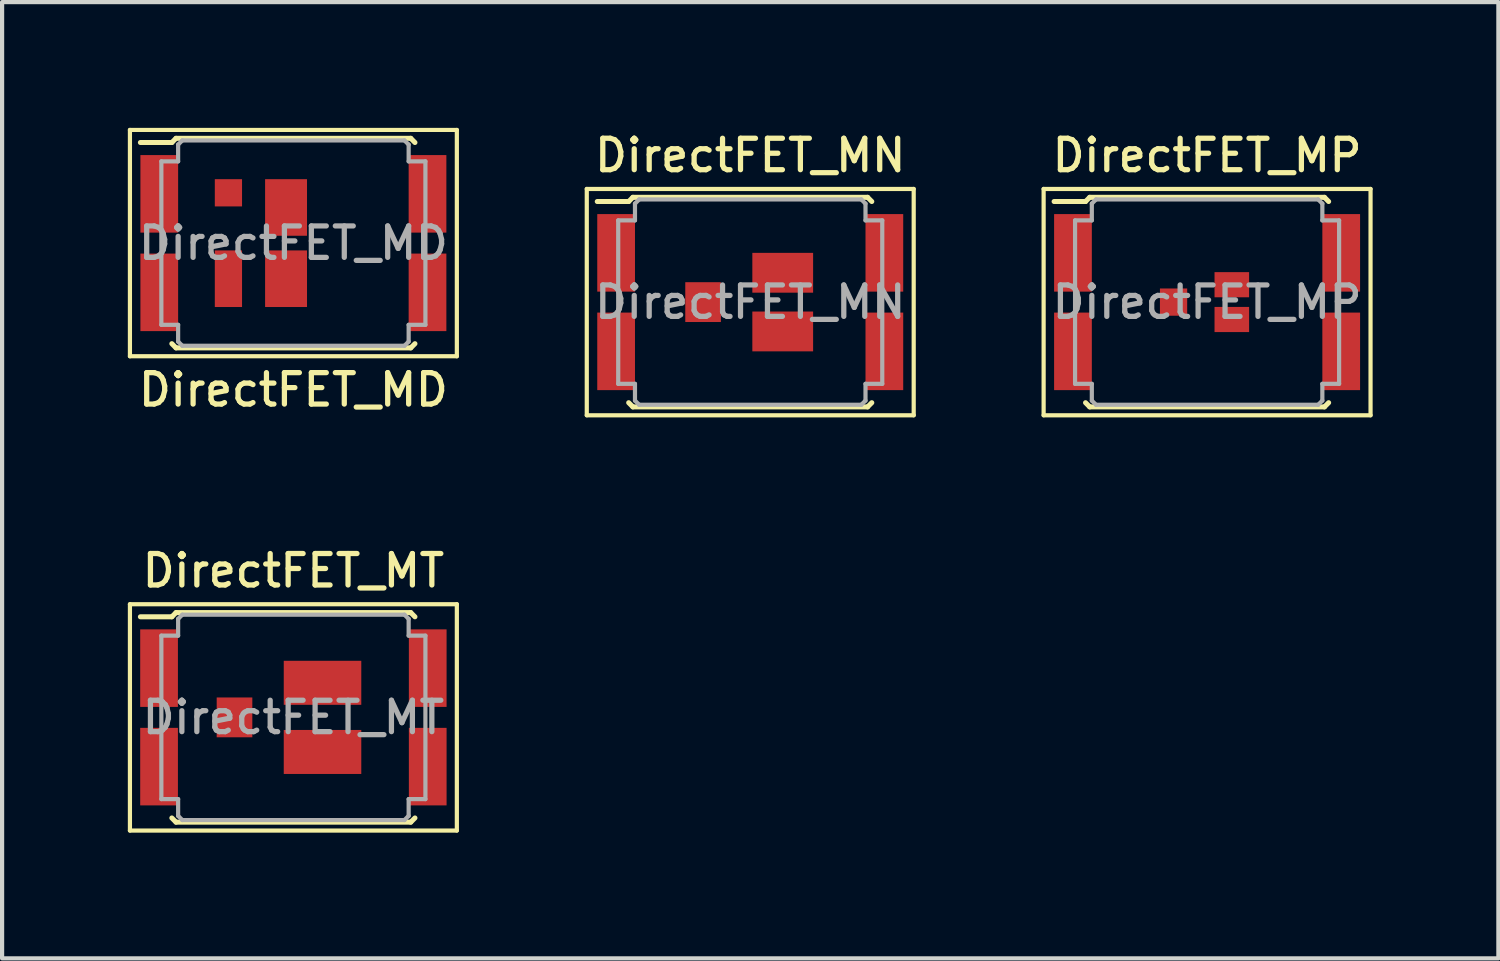
<source format=kicad_pcb>
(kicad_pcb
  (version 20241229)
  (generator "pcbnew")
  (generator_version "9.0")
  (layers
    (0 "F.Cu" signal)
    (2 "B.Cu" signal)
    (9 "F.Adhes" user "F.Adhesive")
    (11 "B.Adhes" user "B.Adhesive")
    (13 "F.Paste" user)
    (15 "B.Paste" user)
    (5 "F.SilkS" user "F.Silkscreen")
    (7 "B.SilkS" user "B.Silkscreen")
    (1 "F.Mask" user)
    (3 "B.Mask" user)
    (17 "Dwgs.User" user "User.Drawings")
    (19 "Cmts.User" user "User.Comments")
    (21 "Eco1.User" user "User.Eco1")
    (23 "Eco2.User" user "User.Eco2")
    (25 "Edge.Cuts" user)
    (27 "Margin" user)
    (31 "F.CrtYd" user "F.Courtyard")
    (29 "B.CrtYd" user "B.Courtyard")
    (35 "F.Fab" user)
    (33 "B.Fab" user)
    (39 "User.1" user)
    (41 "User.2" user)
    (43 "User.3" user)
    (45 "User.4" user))
  (footprint "DirectFET_MN"
    (layer "F.Cu")
    (at 14.85 4.158)
    (property "Reference" "DirectFET_MN" (at 0 -3.5 0) (layer "F.SilkS") (effects (font (size 0.75 0.75) (thickness 0.125))))
    (attr smd)
    (fp_line (start -3.9 -2.7) (end -3.9 2.7) (stroke (width 0.1) (type solid)) (layer "F.SilkS"))
    (fp_line (start -3.9 2.7) (end 3.9 2.7) (stroke (width 0.1) (type solid)) (layer "F.SilkS"))
    (fp_line (start -3.65 -2.4) (end -2.9 -2.4) (stroke (width 0.12) (type solid)) (layer "F.SilkS"))
    (fp_line (start -2.9 -2.4) (end -2.8 -2.5) (stroke (width 0.12) (type solid)) (layer "F.SilkS"))
    (fp_line (start -2.8 -2.5) (end 2.8 -2.5) (stroke (width 0.12) (type solid)) (layer "F.SilkS"))
    (fp_line (start -2.8 2.5) (end -2.9 2.4) (stroke (width 0.12) (type solid)) (layer "F.SilkS"))
    (fp_line (start 2.8 -2.5) (end 2.9 -2.4) (stroke (width 0.12) (type solid)) (layer "F.SilkS"))
    (fp_line (start 2.8 2.5) (end -2.8 2.5) (stroke (width 0.12) (type solid)) (layer "F.SilkS"))
    (fp_line (start 2.9 2.4) (end 2.8 2.5) (stroke (width 0.12) (type solid)) (layer "F.SilkS"))
    (fp_line (start 3.9 -2.7) (end -3.9 -2.7) (stroke (width 0.1) (type solid)) (layer "F.SilkS"))
    (fp_line (start 3.9 2.7) (end 3.9 -2.7) (stroke (width 0.1) (type solid)) (layer "F.SilkS"))
    (fp_line (start -3.15 -1.95) (end -2.75 -1.95) (stroke (width 0.1) (type solid)) (layer "F.Fab"))
    (fp_line (start -3.15 1.95) (end -3.15 -1.95) (stroke (width 0.1) (type solid)) (layer "F.Fab"))
    (fp_line (start -3.15 1.95) (end -2.75 1.95) (stroke (width 0.1) (type solid)) (layer "F.Fab"))
    (fp_line (start -2.75 -2.35) (end -2.65 -2.45) (stroke (width 0.1) (type solid)) (layer "F.Fab"))
    (fp_line (start -2.75 -1.95) (end -2.75 -2.35) (stroke (width 0.1) (type solid)) (layer "F.Fab"))
    (fp_line (start -2.75 1.95) (end -2.75 2.35) (stroke (width 0.1) (type solid)) (layer "F.Fab"))
    (fp_line (start -2.75 2.35) (end -2.65 2.45) (stroke (width 0.1) (type solid)) (layer "F.Fab"))
    (fp_line (start -2.65 2.45) (end 2.65 2.45) (stroke (width 0.1) (type solid)) (layer "F.Fab"))
    (fp_line (start 2.65 -2.45) (end -2.65 -2.45) (stroke (width 0.1) (type solid)) (layer "F.Fab"))
    (fp_line (start 2.65 -2.45) (end 2.75 -2.35) (stroke (width 0.1) (type solid)) (layer "F.Fab"))
    (fp_line (start 2.75 -2.35) (end 2.75 -1.95) (stroke (width 0.1) (type solid)) (layer "F.Fab"))
    (fp_line (start 2.75 -1.95) (end 3.15 -1.95) (stroke (width 0.1) (type solid)) (layer "F.Fab"))
    (fp_line (start 2.75 1.95) (end 2.75 2.35) (stroke (width 0.1) (type solid)) (layer "F.Fab"))
    (fp_line (start 2.75 2.35) (end 2.65 2.45) (stroke (width 0.1) (type solid)) (layer "F.Fab"))
    (fp_line (start 3.15 -1.95) (end 3.15 1.95) (stroke (width 0.1) (type solid)) (layer "F.Fab"))
    (fp_line (start 3.15 1.95) (end 2.75 1.95) (stroke (width 0.1) (type solid)) (layer "F.Fab"))
    (fp_text user "${REFERENCE}" (at 0 0 0) (layer "F.Fab") (effects (font (size 0.75 0.75) (thickness 0.125))))
    (pad "1" smd rect (at -3.2 -1.175) (size 0.9 1.85) (layers "F.Cu" "F.Mask" "F.Paste"))
    (pad "1" smd rect (at -3.2 1.175) (size 0.9 1.85) (layers "F.Cu" "F.Mask" "F.Paste"))
    (pad "1" smd rect (at 3.2 -1.175) (size 0.9 1.85) (layers "F.Cu" "F.Mask" "F.Paste"))
    (pad "1" smd rect (at 3.2 1.175) (size 0.9 1.85) (layers "F.Cu" "F.Mask" "F.Paste"))
    (pad "2" smd rect (at -1.125 0) (size 0.85 0.95) (layers "F.Cu" "F.Mask" "F.Paste"))
    (pad "3" smd rect (at 0.775 -0.7) (size 1.45 0.95) (layers "F.Cu" "F.Mask" "F.Paste"))
    (pad "3" smd rect (at 0.775 0.7) (size 1.45 0.95) (layers "F.Cu" "F.Mask" "F.Paste")))
  (footprint "DirectFET_MT"
    (layer "F.Cu")
    (at 3.95 14.066)
    (property "Reference" "DirectFET_MT" (at 0 -3.5 0) (layer "F.SilkS") (effects (font (size 0.75 0.75) (thickness 0.125))))
    (attr smd)
    (fp_line (start -3.9 -2.7) (end -3.9 2.7) (stroke (width 0.1) (type solid)) (layer "F.SilkS"))
    (fp_line (start -3.9 2.7) (end 3.9 2.7) (stroke (width 0.1) (type solid)) (layer "F.SilkS"))
    (fp_line (start -3.65 -2.4) (end -2.9 -2.4) (stroke (width 0.12) (type solid)) (layer "F.SilkS"))
    (fp_line (start -2.9 -2.4) (end -2.8 -2.5) (stroke (width 0.12) (type solid)) (layer "F.SilkS"))
    (fp_line (start -2.8 -2.5) (end 2.8 -2.5) (stroke (width 0.12) (type solid)) (layer "F.SilkS"))
    (fp_line (start -2.8 2.5) (end -2.9 2.4) (stroke (width 0.12) (type solid)) (layer "F.SilkS"))
    (fp_line (start 2.8 -2.5) (end 2.9 -2.4) (stroke (width 0.12) (type solid)) (layer "F.SilkS"))
    (fp_line (start 2.8 2.5) (end -2.8 2.5) (stroke (width 0.12) (type solid)) (layer "F.SilkS"))
    (fp_line (start 2.9 2.4) (end 2.8 2.5) (stroke (width 0.12) (type solid)) (layer "F.SilkS"))
    (fp_line (start 3.9 -2.7) (end -3.9 -2.7) (stroke (width 0.1) (type solid)) (layer "F.SilkS"))
    (fp_line (start 3.9 2.7) (end 3.9 -2.7) (stroke (width 0.1) (type solid)) (layer "F.SilkS"))
    (fp_line (start -3.15 -1.95) (end -2.75 -1.95) (stroke (width 0.1) (type solid)) (layer "F.Fab"))
    (fp_line (start -3.15 1.95) (end -3.15 -1.95) (stroke (width 0.1) (type solid)) (layer "F.Fab"))
    (fp_line (start -3.15 1.95) (end -2.75 1.95) (stroke (width 0.1) (type solid)) (layer "F.Fab"))
    (fp_line (start -2.75 -2.35) (end -2.65 -2.45) (stroke (width 0.1) (type solid)) (layer "F.Fab"))
    (fp_line (start -2.75 -1.95) (end -2.75 -2.35) (stroke (width 0.1) (type solid)) (layer "F.Fab"))
    (fp_line (start -2.75 1.95) (end -2.75 2.35) (stroke (width 0.1) (type solid)) (layer "F.Fab"))
    (fp_line (start -2.75 2.35) (end -2.65 2.45) (stroke (width 0.1) (type solid)) (layer "F.Fab"))
    (fp_line (start -2.65 2.45) (end 2.65 2.45) (stroke (width 0.1) (type solid)) (layer "F.Fab"))
    (fp_line (start 2.65 -2.45) (end -2.65 -2.45) (stroke (width 0.1) (type solid)) (layer "F.Fab"))
    (fp_line (start 2.65 -2.45) (end 2.75 -2.35) (stroke (width 0.1) (type solid)) (layer "F.Fab"))
    (fp_line (start 2.75 -2.35) (end 2.75 -1.95) (stroke (width 0.1) (type solid)) (layer "F.Fab"))
    (fp_line (start 2.75 -1.95) (end 3.15 -1.95) (stroke (width 0.1) (type solid)) (layer "F.Fab"))
    (fp_line (start 2.75 1.95) (end 2.75 2.35) (stroke (width 0.1) (type solid)) (layer "F.Fab"))
    (fp_line (start 2.75 2.35) (end 2.65 2.45) (stroke (width 0.1) (type solid)) (layer "F.Fab"))
    (fp_line (start 3.15 -1.95) (end 3.15 1.95) (stroke (width 0.1) (type solid)) (layer "F.Fab"))
    (fp_line (start 3.15 1.95) (end 2.75 1.95) (stroke (width 0.1) (type solid)) (layer "F.Fab"))
    (fp_text user "${REFERENCE}" (at 0 0 0) (layer "F.Fab") (effects (font (size 0.75 0.75) (thickness 0.125))))
    (pad "1" smd rect (at -3.205 -1.175) (size 0.9 1.85) (layers "F.Cu" "F.Mask" "F.Paste"))
    (pad "1" smd rect (at -3.205 1.175) (size 0.9 1.85) (layers "F.Cu" "F.Mask" "F.Paste"))
    (pad "1" smd rect (at 3.205 -1.175) (size 0.9 1.85) (layers "F.Cu" "F.Mask" "F.Paste"))
    (pad "1" smd rect (at 3.205 1.175) (size 0.9 1.85) (layers "F.Cu" "F.Mask" "F.Paste"))
    (pad "2" smd rect (at -1.405 0) (size 0.85 0.95) (layers "F.Cu" "F.Mask" "F.Paste"))
    (pad "3" smd rect (at 0.695 -0.825) (size 1.85 1.05) (layers "F.Cu" "F.Mask" "F.Paste"))
    (pad "3" smd rect (at 0.695 0.825) (size 1.85 1.05) (layers "F.Cu" "F.Mask" "F.Paste")))
  (footprint "DirectFET_MD"
    (layer "F.Cu")
    (at 3.95 2.75)
    (property "Reference" "DirectFET_MD" (at 0 3.5 0) (layer "F.SilkS") (effects (font (size 0.75 0.75) (thickness 0.125))))
    (attr smd)
    (fp_line (start -3.9 -2.7) (end -3.9 2.7) (stroke (width 0.1) (type solid)) (layer "F.SilkS"))
    (fp_line (start -3.9 2.7) (end 3.9 2.7) (stroke (width 0.1) (type solid)) (layer "F.SilkS"))
    (fp_line (start -3.65 -2.4) (end -2.9 -2.4) (stroke (width 0.12) (type solid)) (layer "F.SilkS"))
    (fp_line (start -2.9 -2.4) (end -2.8 -2.5) (stroke (width 0.12) (type solid)) (layer "F.SilkS"))
    (fp_line (start -2.8 -2.5) (end 2.8 -2.5) (stroke (width 0.12) (type solid)) (layer "F.SilkS"))
    (fp_line (start -2.8 2.5) (end -2.9 2.4) (stroke (width 0.12) (type solid)) (layer "F.SilkS"))
    (fp_line (start 2.8 -2.5) (end 2.9 -2.4) (stroke (width 0.12) (type solid)) (layer "F.SilkS"))
    (fp_line (start 2.8 2.5) (end -2.8 2.5) (stroke (width 0.12) (type solid)) (layer "F.SilkS"))
    (fp_line (start 2.9 2.4) (end 2.8 2.5) (stroke (width 0.12) (type solid)) (layer "F.SilkS"))
    (fp_line (start 3.9 -2.7) (end -3.9 -2.7) (stroke (width 0.1) (type solid)) (layer "F.SilkS"))
    (fp_line (start 3.9 2.7) (end 3.9 -2.7) (stroke (width 0.1) (type solid)) (layer "F.SilkS"))
    (fp_line (start -3.15 -1.95) (end -2.75 -1.95) (stroke (width 0.1) (type solid)) (layer "F.Fab"))
    (fp_line (start -3.15 1.95) (end -3.15 -1.95) (stroke (width 0.1) (type solid)) (layer "F.Fab"))
    (fp_line (start -3.15 1.95) (end -2.75 1.95) (stroke (width 0.1) (type solid)) (layer "F.Fab"))
    (fp_line (start -2.75 -2.35) (end -2.65 -2.45) (stroke (width 0.1) (type solid)) (layer "F.Fab"))
    (fp_line (start -2.75 -1.95) (end -2.75 -2.35) (stroke (width 0.1) (type solid)) (layer "F.Fab"))
    (fp_line (start -2.75 1.95) (end -2.75 2.35) (stroke (width 0.1) (type solid)) (layer "F.Fab"))
    (fp_line (start -2.75 2.35) (end -2.65 2.45) (stroke (width 0.1) (type solid)) (layer "F.Fab"))
    (fp_line (start -2.65 2.45) (end 2.65 2.45) (stroke (width 0.1) (type solid)) (layer "F.Fab"))
    (fp_line (start 2.65 -2.45) (end -2.65 -2.45) (stroke (width 0.1) (type solid)) (layer "F.Fab"))
    (fp_line (start 2.65 -2.45) (end 2.75 -2.35) (stroke (width 0.1) (type solid)) (layer "F.Fab"))
    (fp_line (start 2.75 -2.35) (end 2.75 -1.95) (stroke (width 0.1) (type solid)) (layer "F.Fab"))
    (fp_line (start 2.75 -1.95) (end 3.15 -1.95) (stroke (width 0.1) (type solid)) (layer "F.Fab"))
    (fp_line (start 2.75 1.95) (end 2.75 2.35) (stroke (width 0.1) (type solid)) (layer "F.Fab"))
    (fp_line (start 2.75 2.35) (end 2.65 2.45) (stroke (width 0.1) (type solid)) (layer "F.Fab"))
    (fp_line (start 3.15 -1.95) (end 3.15 1.95) (stroke (width 0.1) (type solid)) (layer "F.Fab"))
    (fp_line (start 3.15 1.95) (end 2.75 1.95) (stroke (width 0.1) (type solid)) (layer "F.Fab"))
    (fp_text user "${REFERENCE}" (at 0 0 0) (layer "F.Fab") (effects (font (size 0.75 0.75) (thickness 0.125))))
    (pad "1" smd rect (at -3.2 -1.175) (size 0.9 1.85) (layers "F.Cu" "F.Mask" "F.Paste"))
    (pad "1" smd rect (at -3.2 1.175) (size 0.9 1.85) (layers "F.Cu" "F.Mask" "F.Paste"))
    (pad "1" smd rect (at 3.2 -1.175) (size 0.9 1.85) (layers "F.Cu" "F.Mask" "F.Paste"))
    (pad "1" smd rect (at 3.2 1.175) (size 0.9 1.85) (layers "F.Cu" "F.Mask" "F.Paste"))
    (pad "2" smd rect (at -1.55 -1.2) (size 0.65 0.65) (layers "F.Cu" "F.Mask" "F.Paste"))
    (pad "3" smd rect (at -1.55 0.85) (size 0.65 1.35) (layers "F.Cu" "F.Mask" "F.Paste"))
    (pad "3" smd rect (at -0.175 -0.85) (size 1 1.35) (layers "F.Cu" "F.Mask" "F.Paste"))
    (pad "3" smd rect (at -0.175 0.85) (size 1 1.35) (layers "F.Cu" "F.Mask" "F.Paste")))
  (footprint "DirectFET_MP"
    (layer "F.Cu")
    (at 25.75 4.158)
    (property "Reference" "DirectFET_MP" (at 0 -3.5 0) (layer "F.SilkS") (effects (font (size 0.75 0.75) (thickness 0.125))))
    (attr smd)
    (fp_line (start -3.9 -2.7) (end -3.9 2.7) (stroke (width 0.1) (type solid)) (layer "F.SilkS"))
    (fp_line (start -3.9 2.7) (end 3.9 2.7) (stroke (width 0.1) (type solid)) (layer "F.SilkS"))
    (fp_line (start -3.65 -2.4) (end -2.9 -2.4) (stroke (width 0.12) (type solid)) (layer "F.SilkS"))
    (fp_line (start -2.9 -2.4) (end -2.8 -2.5) (stroke (width 0.12) (type solid)) (layer "F.SilkS"))
    (fp_line (start -2.8 -2.5) (end 2.8 -2.5) (stroke (width 0.12) (type solid)) (layer "F.SilkS"))
    (fp_line (start -2.8 2.5) (end -2.9 2.4) (stroke (width 0.12) (type solid)) (layer "F.SilkS"))
    (fp_line (start 2.8 -2.5) (end 2.9 -2.4) (stroke (width 0.12) (type solid)) (layer "F.SilkS"))
    (fp_line (start 2.8 2.5) (end -2.8 2.5) (stroke (width 0.12) (type solid)) (layer "F.SilkS"))
    (fp_line (start 2.9 2.4) (end 2.8 2.5) (stroke (width 0.12) (type solid)) (layer "F.SilkS"))
    (fp_line (start 3.9 -2.7) (end -3.9 -2.7) (stroke (width 0.1) (type solid)) (layer "F.SilkS"))
    (fp_line (start 3.9 2.7) (end 3.9 -2.7) (stroke (width 0.1) (type solid)) (layer "F.SilkS"))
    (fp_line (start -3.15 -1.95) (end -2.75 -1.95) (stroke (width 0.1) (type solid)) (layer "F.Fab"))
    (fp_line (start -3.15 1.95) (end -3.15 -1.95) (stroke (width 0.1) (type solid)) (layer "F.Fab"))
    (fp_line (start -3.15 1.95) (end -2.75 1.95) (stroke (width 0.1) (type solid)) (layer "F.Fab"))
    (fp_line (start -2.75 -2.35) (end -2.65 -2.45) (stroke (width 0.1) (type solid)) (layer "F.Fab"))
    (fp_line (start -2.75 -1.95) (end -2.75 -2.35) (stroke (width 0.1) (type solid)) (layer "F.Fab"))
    (fp_line (start -2.75 1.95) (end -2.75 2.35) (stroke (width 0.1) (type solid)) (layer "F.Fab"))
    (fp_line (start -2.75 2.35) (end -2.65 2.45) (stroke (width 0.1) (type solid)) (layer "F.Fab"))
    (fp_line (start -2.65 2.45) (end 2.65 2.45) (stroke (width 0.1) (type solid)) (layer "F.Fab"))
    (fp_line (start 2.65 -2.45) (end -2.65 -2.45) (stroke (width 0.1) (type solid)) (layer "F.Fab"))
    (fp_line (start 2.65 -2.45) (end 2.75 -2.35) (stroke (width 0.1) (type solid)) (layer "F.Fab"))
    (fp_line (start 2.75 -2.35) (end 2.75 -1.95) (stroke (width 0.1) (type solid)) (layer "F.Fab"))
    (fp_line (start 2.75 -1.95) (end 3.15 -1.95) (stroke (width 0.1) (type solid)) (layer "F.Fab"))
    (fp_line (start 2.75 1.95) (end 2.75 2.35) (stroke (width 0.1) (type solid)) (layer "F.Fab"))
    (fp_line (start 2.75 2.35) (end 2.65 2.45) (stroke (width 0.1) (type solid)) (layer "F.Fab"))
    (fp_line (start 3.15 -1.95) (end 3.15 1.95) (stroke (width 0.1) (type solid)) (layer "F.Fab"))
    (fp_line (start 3.15 1.95) (end 2.75 1.95) (stroke (width 0.1) (type solid)) (layer "F.Fab"))
    (fp_text user "${REFERENCE}" (at 0 0 0) (layer "F.Fab") (effects (font (size 0.75 0.75) (thickness 0.125))))
    (pad "1" smd rect (at -3.2 -1.175) (size 0.9 1.85) (layers "F.Cu" "F.Mask" "F.Paste"))
    (pad "1" smd rect (at -3.2 1.175) (size 0.9 1.85) (layers "F.Cu" "F.Mask" "F.Paste"))
    (pad "1" smd rect (at 3.2 -1.175) (size 0.9 1.85) (layers "F.Cu" "F.Mask" "F.Paste"))
    (pad "1" smd rect (at 3.2 1.175) (size 0.9 1.85) (layers "F.Cu" "F.Mask" "F.Paste"))
    (pad "2" smd rect (at -0.8 0) (size 0.65 0.65) (layers "F.Cu" "F.Mask" "F.Paste"))
    (pad "3" smd rect (at 0.59 -0.415) (size 0.825 0.6) (layers "F.Cu" "F.Mask" "F.Paste"))
    (pad "3" smd rect (at 0.59 0.415) (size 0.825 0.6) (layers "F.Cu" "F.Mask" "F.Paste")))
  (gr_rect
    (start -3 -3)
    (end 32.7 19.816)
    (stroke (width 0.1) (type default))
    (fill no)
    (layer "Edge.Cuts")))
</source>
